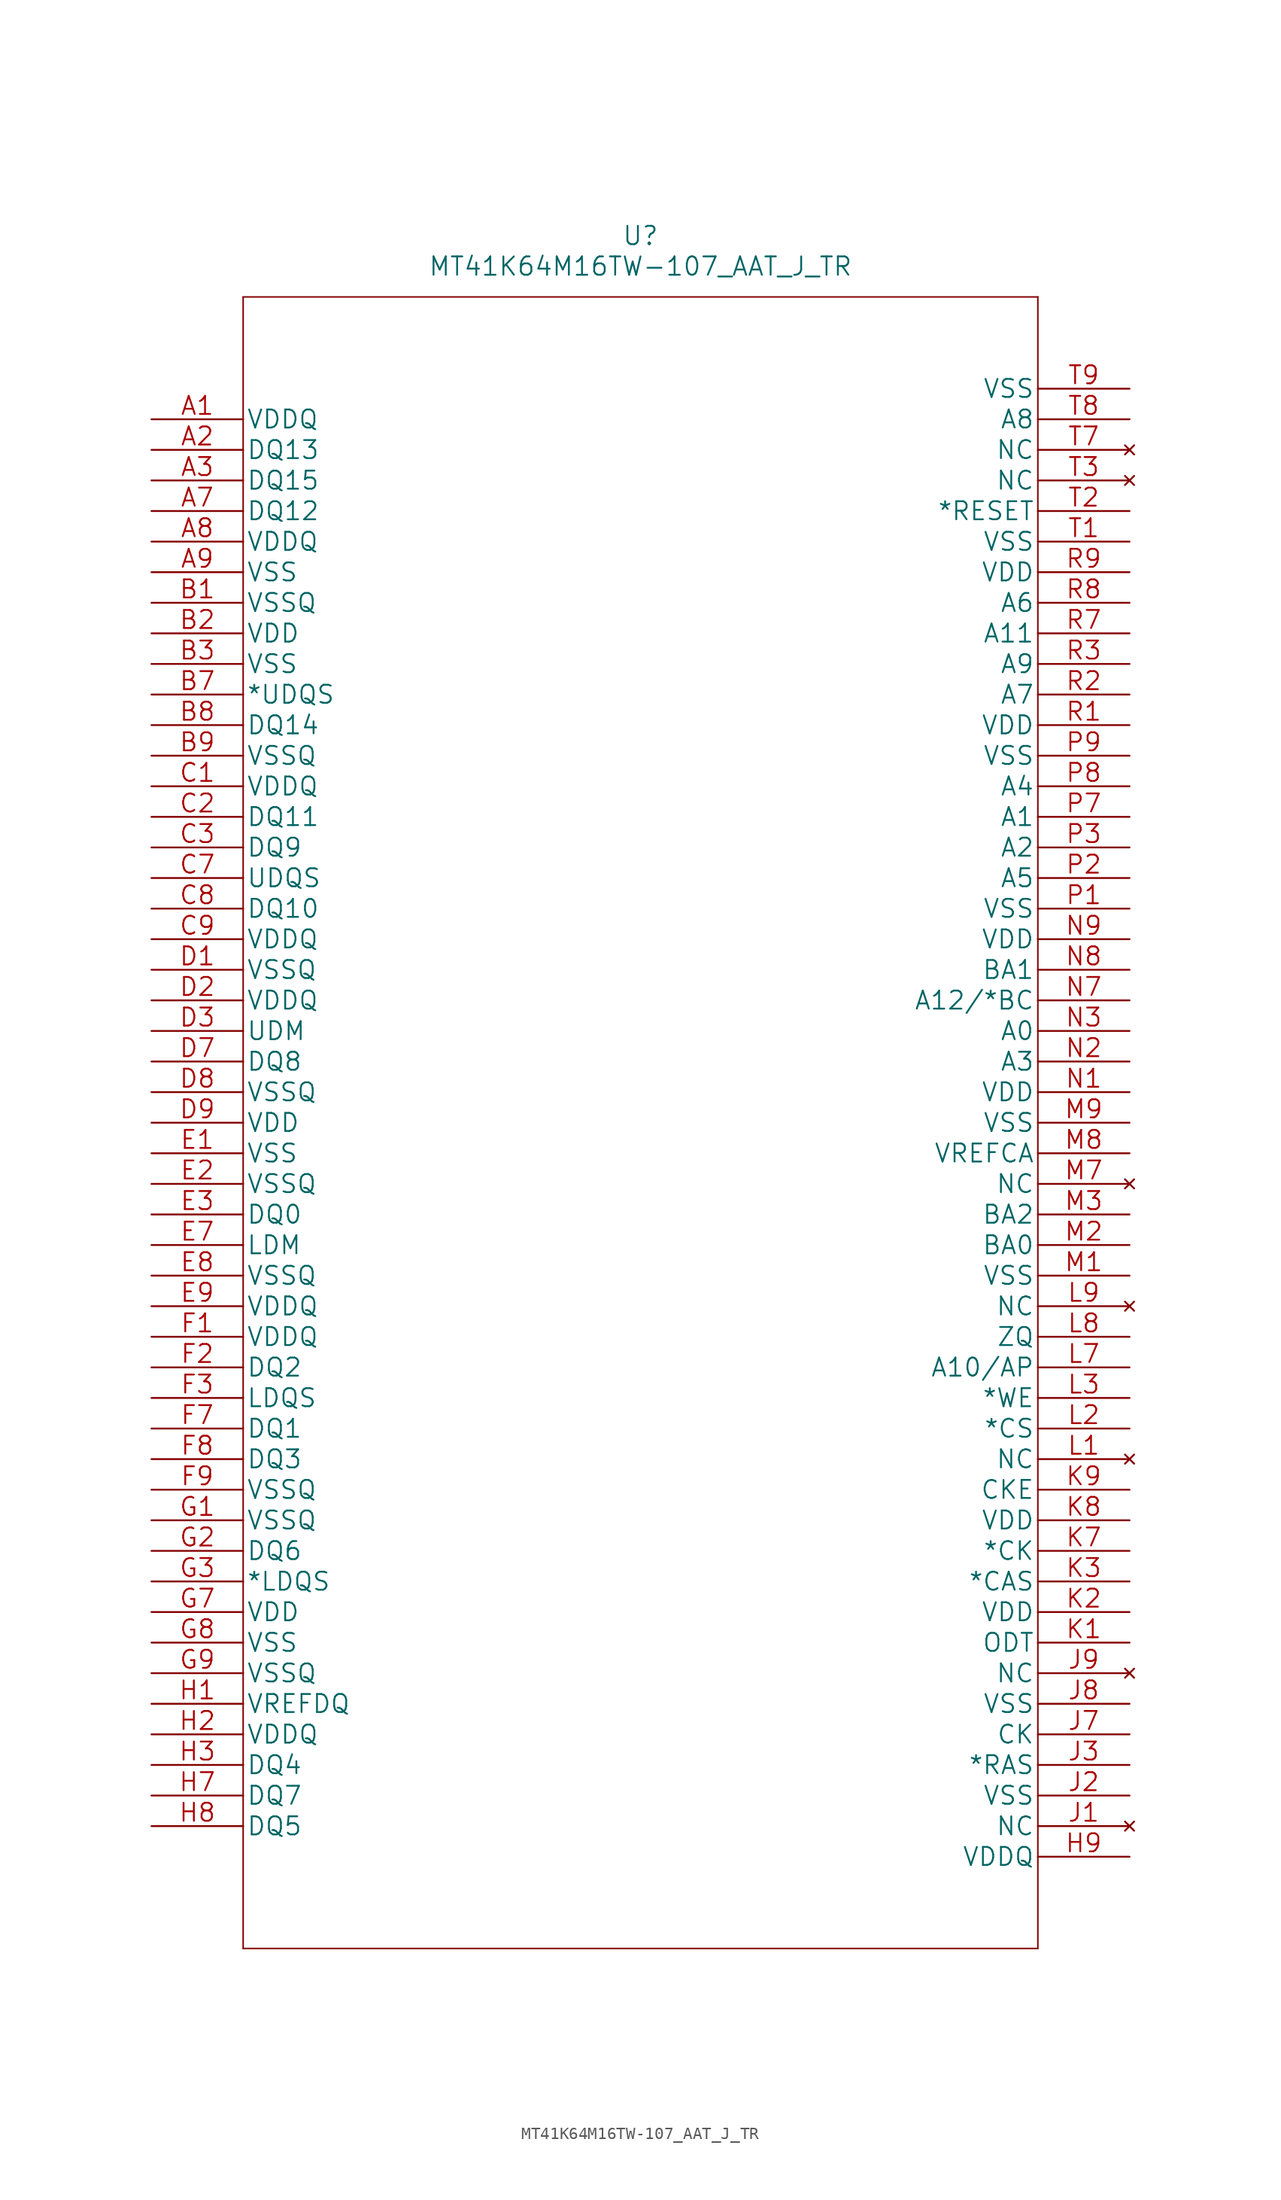
<source format=kicad_sym>
(kicad_symbol_lib
  (version 20211014)
  (generator kicad_symbol_editor)
  (symbol "MT41K64M16TW-107_AAT_J_TR"
    (pin_names
      (offset 0.254))
    (property "Reference" "U"
      (at 40.64 12.7 0)
      (effects (font (size 1.524 1.524))))
    (property "Value" "MT41K64M16TW-107_AAT_J_TR"
      (at 40.64 10.16 0)
      (effects (font (size 1.524 1.524))))
    (property "Datasheet" ""
      (at 0 0 0)
      (effects (font (size 1.524 1.524))))
    (property "ki_locked" ""
      (at 0 0 0)
      (effects (font (size 1.27 1.27))))
    (symbol "MT41K64M16TW-107_AAT_J_TR_1_1"
      (polyline (pts (xy 7.62 -129.54) (xy 73.66 -129.54)) (stroke (width 0.127) (type default) (color 0 0 0 0)) (fill (type none)))
      (polyline (pts (xy 7.62 7.62) (xy 7.62 -129.54)) (stroke (width 0.127) (type default) (color 0 0 0 0)) (fill (type none)))
      (polyline (pts (xy 73.66 -129.54) (xy 73.66 7.62)) (stroke (width 0.127) (type default) (color 0 0 0 0)) (fill (type none)))
      (polyline (pts (xy 73.66 7.62) (xy 7.62 7.62)) (stroke (width 0.127) (type default) (color 0 0 0 0)) (fill (type none)))
      (pin power_in line (at 0 -2.54 0) (length 7.62) (name "VDDQ" (effects (font (size 1.499 1.499)))) (number "A1" (effects (font (size 1.499 1.499)))))
      (pin bidirectional line (at 0 -5.08 0) (length 7.62) (name "DQ13" (effects (font (size 1.499 1.499)))) (number "A2" (effects (font (size 1.499 1.499)))))
      (pin bidirectional line (at 0 -7.62 0) (length 7.62) (name "DQ15" (effects (font (size 1.499 1.499)))) (number "A3" (effects (font (size 1.499 1.499)))))
      (pin bidirectional line (at 0 -10.16 0) (length 7.62) (name "DQ12" (effects (font (size 1.499 1.499)))) (number "A7" (effects (font (size 1.499 1.499)))))
      (pin power_in line (at 0 -12.7 0) (length 7.62) (name "VDDQ" (effects (font (size 1.499 1.499)))) (number "A8" (effects (font (size 1.499 1.499)))))
      (pin power_in line (at 0 -15.24 0) (length 7.62) (name "VSS" (effects (font (size 1.499 1.499)))) (number "A9" (effects (font (size 1.499 1.499)))))
      (pin power_in line (at 0 -17.78 0) (length 7.62) (name "VSSQ" (effects (font (size 1.499 1.499)))) (number "B1" (effects (font (size 1.499 1.499)))))
      (pin power_in line (at 0 -20.32 0) (length 7.62) (name "VDD" (effects (font (size 1.499 1.499)))) (number "B2" (effects (font (size 1.499 1.499)))))
      (pin power_in line (at 0 -22.86 0) (length 7.62) (name "VSS" (effects (font (size 1.499 1.499)))) (number "B3" (effects (font (size 1.499 1.499)))))
      (pin bidirectional line (at 0 -25.4 0) (length 7.62) (name "*UDQS" (effects (font (size 1.499 1.499)))) (number "B7" (effects (font (size 1.499 1.499)))))
      (pin bidirectional line (at 0 -27.94 0) (length 7.62) (name "DQ14" (effects (font (size 1.499 1.499)))) (number "B8" (effects (font (size 1.499 1.499)))))
      (pin power_in line (at 0 -30.48 0) (length 7.62) (name "VSSQ" (effects (font (size 1.499 1.499)))) (number "B9" (effects (font (size 1.499 1.499)))))
      (pin power_in line (at 0 -33.02 0) (length 7.62) (name "VDDQ" (effects (font (size 1.499 1.499)))) (number "C1" (effects (font (size 1.499 1.499)))))
      (pin bidirectional line (at 0 -35.56 0) (length 7.62) (name "DQ11" (effects (font (size 1.499 1.499)))) (number "C2" (effects (font (size 1.499 1.499)))))
      (pin bidirectional line (at 0 -38.1 0) (length 7.62) (name "DQ9" (effects (font (size 1.499 1.499)))) (number "C3" (effects (font (size 1.499 1.499)))))
      (pin bidirectional line (at 0 -40.64 0) (length 7.62) (name "UDQS" (effects (font (size 1.499 1.499)))) (number "C7" (effects (font (size 1.499 1.499)))))
      (pin bidirectional line (at 0 -43.18 0) (length 7.62) (name "DQ10" (effects (font (size 1.499 1.499)))) (number "C8" (effects (font (size 1.499 1.499)))))
      (pin power_in line (at 0 -45.72 0) (length 7.62) (name "VDDQ" (effects (font (size 1.499 1.499)))) (number "C9" (effects (font (size 1.499 1.499)))))
      (pin power_in line (at 0 -48.26 0) (length 7.62) (name "VSSQ" (effects (font (size 1.499 1.499)))) (number "D1" (effects (font (size 1.499 1.499)))))
      (pin power_in line (at 0 -50.8 0) (length 7.62) (name "VDDQ" (effects (font (size 1.499 1.499)))) (number "D2" (effects (font (size 1.499 1.499)))))
      (pin input line (at 0 -53.34 0) (length 7.62) (name "UDM" (effects (font (size 1.499 1.499)))) (number "D3" (effects (font (size 1.499 1.499)))))
      (pin bidirectional line (at 0 -55.88 0) (length 7.62) (name "DQ8" (effects (font (size 1.499 1.499)))) (number "D7" (effects (font (size 1.499 1.499)))))
      (pin power_in line (at 0 -58.42 0) (length 7.62) (name "VSSQ" (effects (font (size 1.499 1.499)))) (number "D8" (effects (font (size 1.499 1.499)))))
      (pin power_in line (at 0 -60.96 0) (length 7.62) (name "VDD" (effects (font (size 1.499 1.499)))) (number "D9" (effects (font (size 1.499 1.499)))))
      (pin power_in line (at 0 -63.5 0) (length 7.62) (name "VSS" (effects (font (size 1.499 1.499)))) (number "E1" (effects (font (size 1.499 1.499)))))
      (pin power_in line (at 0 -66.04 0) (length 7.62) (name "VSSQ" (effects (font (size 1.499 1.499)))) (number "E2" (effects (font (size 1.499 1.499)))))
      (pin bidirectional line (at 0 -68.58 0) (length 7.62) (name "DQ0" (effects (font (size 1.499 1.499)))) (number "E3" (effects (font (size 1.499 1.499)))))
      (pin input line (at 0 -71.12 0) (length 7.62) (name "LDM" (effects (font (size 1.499 1.499)))) (number "E7" (effects (font (size 1.499 1.499)))))
      (pin power_in line (at 0 -73.66 0) (length 7.62) (name "VSSQ" (effects (font (size 1.499 1.499)))) (number "E8" (effects (font (size 1.499 1.499)))))
      (pin power_in line (at 0 -76.2 0) (length 7.62) (name "VDDQ" (effects (font (size 1.499 1.499)))) (number "E9" (effects (font (size 1.499 1.499)))))
      (pin power_in line (at 0 -78.74 0) (length 7.62) (name "VDDQ" (effects (font (size 1.499 1.499)))) (number "F1" (effects (font (size 1.499 1.499)))))
      (pin bidirectional line (at 0 -81.28 0) (length 7.62) (name "DQ2" (effects (font (size 1.499 1.499)))) (number "F2" (effects (font (size 1.499 1.499)))))
      (pin bidirectional line (at 0 -83.82 0) (length 7.62) (name "LDQS" (effects (font (size 1.499 1.499)))) (number "F3" (effects (font (size 1.499 1.499)))))
      (pin bidirectional line (at 0 -86.36 0) (length 7.62) (name "DQ1" (effects (font (size 1.499 1.499)))) (number "F7" (effects (font (size 1.499 1.499)))))
      (pin bidirectional line (at 0 -88.9 0) (length 7.62) (name "DQ3" (effects (font (size 1.499 1.499)))) (number "F8" (effects (font (size 1.499 1.499)))))
      (pin power_in line (at 0 -91.44 0) (length 7.62) (name "VSSQ" (effects (font (size 1.499 1.499)))) (number "F9" (effects (font (size 1.499 1.499)))))
      (pin power_in line (at 0 -93.98 0) (length 7.62) (name "VSSQ" (effects (font (size 1.499 1.499)))) (number "G1" (effects (font (size 1.499 1.499)))))
      (pin bidirectional line (at 0 -96.52 0) (length 7.62) (name "DQ6" (effects (font (size 1.499 1.499)))) (number "G2" (effects (font (size 1.499 1.499)))))
      (pin bidirectional line (at 0 -99.06 0) (length 7.62) (name "*LDQS" (effects (font (size 1.499 1.499)))) (number "G3" (effects (font (size 1.499 1.499)))))
      (pin power_in line (at 0 -101.6 0) (length 7.62) (name "VDD" (effects (font (size 1.499 1.499)))) (number "G7" (effects (font (size 1.499 1.499)))))
      (pin power_in line (at 0 -104.14 0) (length 7.62) (name "VSS" (effects (font (size 1.499 1.499)))) (number "G8" (effects (font (size 1.499 1.499)))))
      (pin power_in line (at 0 -106.68 0) (length 7.62) (name "VSSQ" (effects (font (size 1.499 1.499)))) (number "G9" (effects (font (size 1.499 1.499)))))
      (pin power_in line (at 0 -109.22 0) (length 7.62) (name "VREFDQ" (effects (font (size 1.499 1.499)))) (number "H1" (effects (font (size 1.499 1.499)))))
      (pin power_in line (at 0 -111.76 0) (length 7.62) (name "VDDQ" (effects (font (size 1.499 1.499)))) (number "H2" (effects (font (size 1.499 1.499)))))
      (pin bidirectional line (at 0 -114.3 0) (length 7.62) (name "DQ4" (effects (font (size 1.499 1.499)))) (number "H3" (effects (font (size 1.499 1.499)))))
      (pin bidirectional line (at 0 -116.84 0) (length 7.62) (name "DQ7" (effects (font (size 1.499 1.499)))) (number "H7" (effects (font (size 1.499 1.499)))))
      (pin bidirectional line (at 0 -119.38 0) (length 7.62) (name "DQ5" (effects (font (size 1.499 1.499)))) (number "H8" (effects (font (size 1.499 1.499)))))
      (pin power_in line (at 81.28 -121.92 180) (length 7.62) (name "VDDQ" (effects (font (size 1.499 1.499)))) (number "H9" (effects (font (size 1.499 1.499)))))
      (pin no_connect line (at 81.28 -119.38 180) (length 7.62) (name "NC" (effects (font (size 1.499 1.499)))) (number "J1" (effects (font (size 1.499 1.499)))))
      (pin power_in line (at 81.28 -116.84 180) (length 7.62) (name "VSS" (effects (font (size 1.499 1.499)))) (number "J2" (effects (font (size 1.499 1.499)))))
      (pin input line (at 81.28 -114.3 180) (length 7.62) (name "*RAS" (effects (font (size 1.499 1.499)))) (number "J3" (effects (font (size 1.499 1.499)))))
      (pin input line (at 81.28 -111.76 180) (length 7.62) (name "CK" (effects (font (size 1.499 1.499)))) (number "J7" (effects (font (size 1.499 1.499)))))
      (pin power_in line (at 81.28 -109.22 180) (length 7.62) (name "VSS" (effects (font (size 1.499 1.499)))) (number "J8" (effects (font (size 1.499 1.499)))))
      (pin no_connect line (at 81.28 -106.68 180) (length 7.62) (name "NC" (effects (font (size 1.499 1.499)))) (number "J9" (effects (font (size 1.499 1.499)))))
      (pin input line (at 81.28 -104.14 180) (length 7.62) (name "ODT" (effects (font (size 1.499 1.499)))) (number "K1" (effects (font (size 1.499 1.499)))))
      (pin power_in line (at 81.28 -101.6 180) (length 7.62) (name "VDD" (effects (font (size 1.499 1.499)))) (number "K2" (effects (font (size 1.499 1.499)))))
      (pin input line (at 81.28 -99.06 180) (length 7.62) (name "*CAS" (effects (font (size 1.499 1.499)))) (number "K3" (effects (font (size 1.499 1.499)))))
      (pin input line (at 81.28 -96.52 180) (length 7.62) (name "*CK" (effects (font (size 1.499 1.499)))) (number "K7" (effects (font (size 1.499 1.499)))))
      (pin power_in line (at 81.28 -93.98 180) (length 7.62) (name "VDD" (effects (font (size 1.499 1.499)))) (number "K8" (effects (font (size 1.499 1.499)))))
      (pin input line (at 81.28 -91.44 180) (length 7.62) (name "CKE" (effects (font (size 1.499 1.499)))) (number "K9" (effects (font (size 1.499 1.499)))))
      (pin no_connect line (at 81.28 -88.9 180) (length 7.62) (name "NC" (effects (font (size 1.499 1.499)))) (number "L1" (effects (font (size 1.499 1.499)))))
      (pin input line (at 81.28 -86.36 180) (length 7.62) (name "*CS" (effects (font (size 1.499 1.499)))) (number "L2" (effects (font (size 1.499 1.499)))))
      (pin input line (at 81.28 -83.82 180) (length 7.62) (name "*WE" (effects (font (size 1.499 1.499)))) (number "L3" (effects (font (size 1.499 1.499)))))
      (pin input line (at 81.28 -81.28 180) (length 7.62) (name "A10/AP" (effects (font (size 1.499 1.499)))) (number "L7" (effects (font (size 1.499 1.499)))))
      (pin input line (at 81.28 -78.74 180) (length 7.62) (name "ZQ" (effects (font (size 1.499 1.499)))) (number "L8" (effects (font (size 1.499 1.499)))))
      (pin no_connect line (at 81.28 -76.2 180) (length 7.62) (name "NC" (effects (font (size 1.499 1.499)))) (number "L9" (effects (font (size 1.499 1.499)))))
      (pin power_in line (at 81.28 -73.66 180) (length 7.62) (name "VSS" (effects (font (size 1.499 1.499)))) (number "M1" (effects (font (size 1.499 1.499)))))
      (pin input line (at 81.28 -71.12 180) (length 7.62) (name "BA0" (effects (font (size 1.499 1.499)))) (number "M2" (effects (font (size 1.499 1.499)))))
      (pin input line (at 81.28 -68.58 180) (length 7.62) (name "BA2" (effects (font (size 1.499 1.499)))) (number "M3" (effects (font (size 1.499 1.499)))))
      (pin no_connect line (at 81.28 -66.04 180) (length 7.62) (name "NC" (effects (font (size 1.499 1.499)))) (number "M7" (effects (font (size 1.499 1.499)))))
      (pin power_in line (at 81.28 -63.5 180) (length 7.62) (name "VREFCA" (effects (font (size 1.499 1.499)))) (number "M8" (effects (font (size 1.499 1.499)))))
      (pin power_in line (at 81.28 -60.96 180) (length 7.62) (name "VSS" (effects (font (size 1.499 1.499)))) (number "M9" (effects (font (size 1.499 1.499)))))
      (pin power_in line (at 81.28 -58.42 180) (length 7.62) (name "VDD" (effects (font (size 1.499 1.499)))) (number "N1" (effects (font (size 1.499 1.499)))))
      (pin input line (at 81.28 -55.88 180) (length 7.62) (name "A3" (effects (font (size 1.499 1.499)))) (number "N2" (effects (font (size 1.499 1.499)))))
      (pin input line (at 81.28 -53.34 180) (length 7.62) (name "A0" (effects (font (size 1.499 1.499)))) (number "N3" (effects (font (size 1.499 1.499)))))
      (pin input line (at 81.28 -50.8 180) (length 7.62) (name "A12/*BC" (effects (font (size 1.499 1.499)))) (number "N7" (effects (font (size 1.499 1.499)))))
      (pin input line (at 81.28 -48.26 180) (length 7.62) (name "BA1" (effects (font (size 1.499 1.499)))) (number "N8" (effects (font (size 1.499 1.499)))))
      (pin power_in line (at 81.28 -45.72 180) (length 7.62) (name "VDD" (effects (font (size 1.499 1.499)))) (number "N9" (effects (font (size 1.499 1.499)))))
      (pin power_in line (at 81.28 -43.18 180) (length 7.62) (name "VSS" (effects (font (size 1.499 1.499)))) (number "P1" (effects (font (size 1.499 1.499)))))
      (pin input line (at 81.28 -40.64 180) (length 7.62) (name "A5" (effects (font (size 1.499 1.499)))) (number "P2" (effects (font (size 1.499 1.499)))))
      (pin input line (at 81.28 -38.1 180) (length 7.62) (name "A2" (effects (font (size 1.499 1.499)))) (number "P3" (effects (font (size 1.499 1.499)))))
      (pin input line (at 81.28 -35.56 180) (length 7.62) (name "A1" (effects (font (size 1.499 1.499)))) (number "P7" (effects (font (size 1.499 1.499)))))
      (pin input line (at 81.28 -33.02 180) (length 7.62) (name "A4" (effects (font (size 1.499 1.499)))) (number "P8" (effects (font (size 1.499 1.499)))))
      (pin power_in line (at 81.28 -30.48 180) (length 7.62) (name "VSS" (effects (font (size 1.499 1.499)))) (number "P9" (effects (font (size 1.499 1.499)))))
      (pin power_in line (at 81.28 -27.94 180) (length 7.62) (name "VDD" (effects (font (size 1.499 1.499)))) (number "R1" (effects (font (size 1.499 1.499)))))
      (pin input line (at 81.28 -25.4 180) (length 7.62) (name "A7" (effects (font (size 1.499 1.499)))) (number "R2" (effects (font (size 1.499 1.499)))))
      (pin input line (at 81.28 -22.86 180) (length 7.62) (name "A9" (effects (font (size 1.499 1.499)))) (number "R3" (effects (font (size 1.499 1.499)))))
      (pin input line (at 81.28 -20.32 180) (length 7.62) (name "A11" (effects (font (size 1.499 1.499)))) (number "R7" (effects (font (size 1.499 1.499)))))
      (pin input line (at 81.28 -17.78 180) (length 7.62) (name "A6" (effects (font (size 1.499 1.499)))) (number "R8" (effects (font (size 1.499 1.499)))))
      (pin power_in line (at 81.28 -15.24 180) (length 7.62) (name "VDD" (effects (font (size 1.499 1.499)))) (number "R9" (effects (font (size 1.499 1.499)))))
      (pin power_in line (at 81.28 -12.7 180) (length 7.62) (name "VSS" (effects (font (size 1.499 1.499)))) (number "T1" (effects (font (size 1.499 1.499)))))
      (pin input line (at 81.28 -10.16 180) (length 7.62) (name "*RESET" (effects (font (size 1.499 1.499)))) (number "T2" (effects (font (size 1.499 1.499)))))
      (pin no_connect line (at 81.28 -7.62 180) (length 7.62) (name "NC" (effects (font (size 1.499 1.499)))) (number "T3" (effects (font (size 1.499 1.499)))))
      (pin no_connect line (at 81.28 -5.08 180) (length 7.62) (name "NC" (effects (font (size 1.499 1.499)))) (number "T7" (effects (font (size 1.499 1.499)))))
      (pin input line (at 81.28 -2.54 180) (length 7.62) (name "A8" (effects (font (size 1.499 1.499)))) (number "T8" (effects (font (size 1.499 1.499)))))
      (pin power_in line (at 81.28 0 180) (length 7.62) (name "VSS" (effects (font (size 1.499 1.499)))) (number "T9" (effects (font (size 1.499 1.499))))))))
</source>
